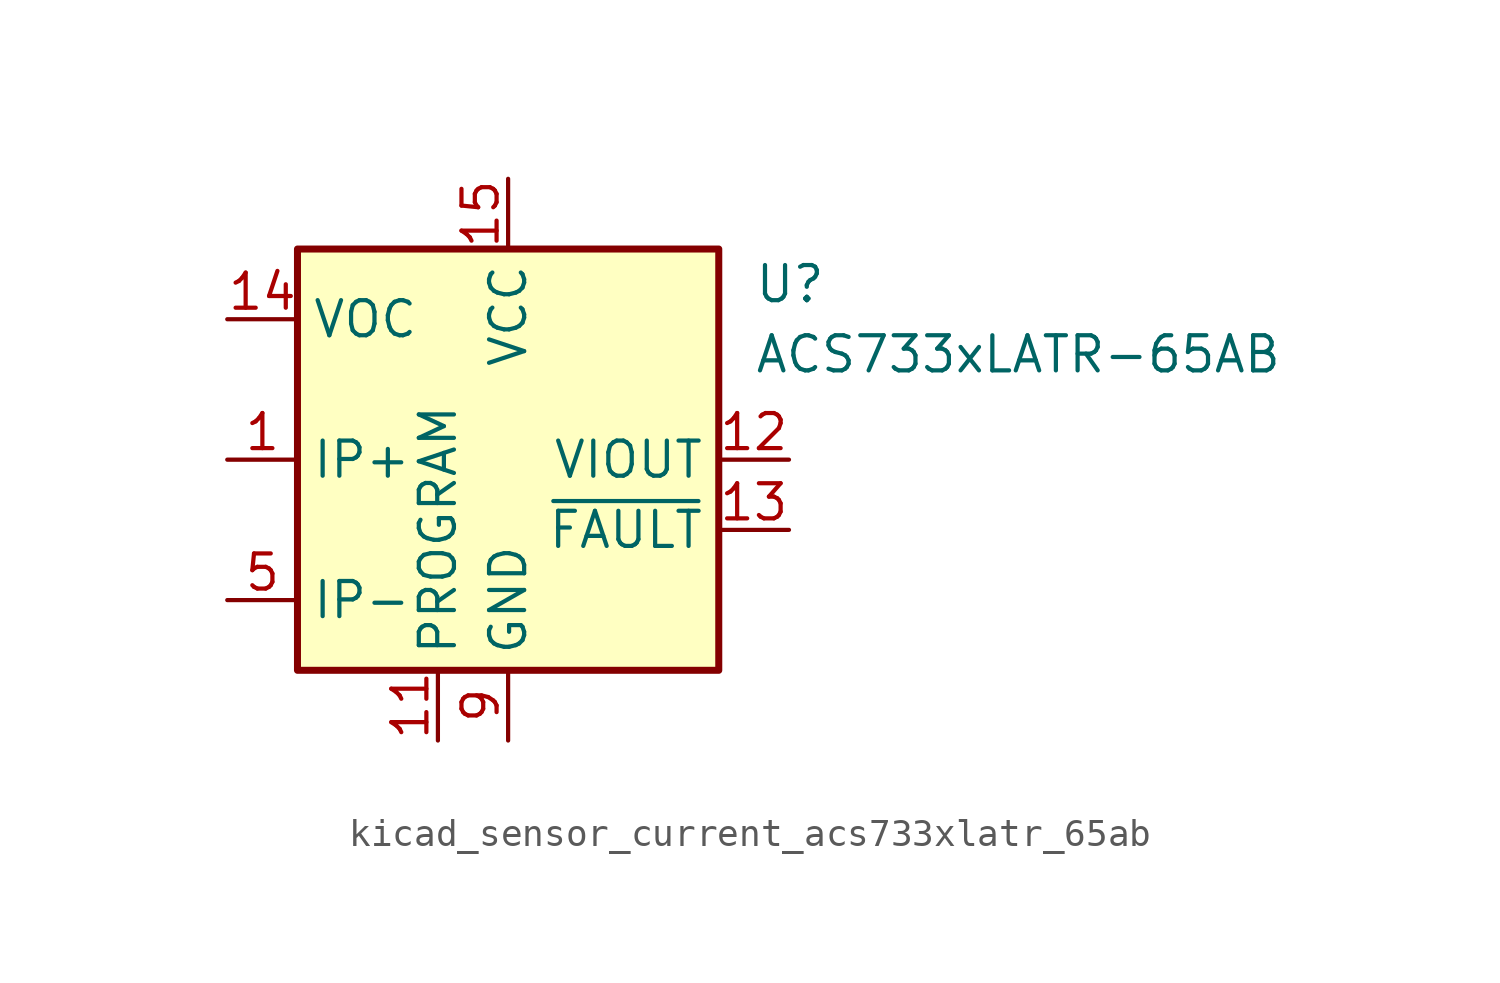
<source format=kicad_sym>
(kicad_symbol_lib
  (version 20220914)
  (generator kicad_symbol_editor)
  (symbol "kicad_sensor_current_acs733xlatr_65ab"
    (property "Reference" "U"
      (at 8.89 6.35 0)
      (effects (font (size 1.27 1.27)) (justify left)))
    (property "Value" "ACS733xLATR-65AB"
      (at 8.89 3.81 0)
      (effects (font (size 1.27 1.27)) (justify left)))
    (symbol "kicad_sensor_current_acs733xlatr_65ab_0_1"
      (rectangle (start -7.62 7.62) (end 7.62 -7.62) (stroke (width 0.254) (type default)) (fill (type background))))
    (symbol "kicad_sensor_current_acs733xlatr_65ab_1_1"
      (pin passive line (at -10.16 0 0) (length 2.54) (name "IP+" (effects (font (size 1.27 1.27)))) (number "1" (effects (font (size 1.27 1.27)))))
      (pin passive line (at 0 -10.16 90) (length 2.54) hide (name "GND" (effects (font (size 1.27 1.27)))) (number "10" (effects (font (size 1.27 1.27)))))
      (pin passive line (at -2.54 -10.16 90) (length 2.54) (name "PROGRAM" (effects (font (size 1.27 1.27)))) (number "11" (effects (font (size 1.27 1.27)))))
      (pin output line (at 10.16 0 180) (length 2.54) (name "VIOUT" (effects (font (size 1.27 1.27)))) (number "12" (effects (font (size 1.27 1.27)))))
      (pin output line (at 10.16 -2.54 180) (length 2.54) (name "~{FAULT}" (effects (font (size 1.27 1.27)))) (number "13" (effects (font (size 1.27 1.27)))))
      (pin input line (at -10.16 5.08 0) (length 2.54) (name "VOC" (effects (font (size 1.27 1.27)))) (number "14" (effects (font (size 1.27 1.27)))))
      (pin power_in line (at 0 10.16 270) (length 2.54) (name "VCC" (effects (font (size 1.27 1.27)))) (number "15" (effects (font (size 1.27 1.27)))))
      (pin passive line (at 0 10.16 270) (length 2.54) hide (name "VCC" (effects (font (size 1.27 1.27)))) (number "16" (effects (font (size 1.27 1.27)))))
      (pin passive line (at -10.16 0 0) (length 2.54) hide (name "IP+" (effects (font (size 1.27 1.27)))) (number "2" (effects (font (size 1.27 1.27)))))
      (pin passive line (at -10.16 0 0) (length 2.54) hide (name "IP+" (effects (font (size 1.27 1.27)))) (number "3" (effects (font (size 1.27 1.27)))))
      (pin passive line (at -10.16 0 0) (length 2.54) hide (name "IP+" (effects (font (size 1.27 1.27)))) (number "4" (effects (font (size 1.27 1.27)))))
      (pin passive line (at -10.16 -5.08 0) (length 2.54) (name "IP-" (effects (font (size 1.27 1.27)))) (number "5" (effects (font (size 1.27 1.27)))))
      (pin passive line (at -10.16 -5.08 0) (length 2.54) hide (name "IP-" (effects (font (size 1.27 1.27)))) (number "6" (effects (font (size 1.27 1.27)))))
      (pin passive line (at -10.16 -5.08 0) (length 2.54) hide (name "IP-" (effects (font (size 1.27 1.27)))) (number "7" (effects (font (size 1.27 1.27)))))
      (pin passive line (at -10.16 -5.08 0) (length 2.54) hide (name "IP-" (effects (font (size 1.27 1.27)))) (number "8" (effects (font (size 1.27 1.27)))))
      (pin power_in line (at 0 -10.16 90) (length 2.54) (name "GND" (effects (font (size 1.27 1.27)))) (number "9" (effects (font (size 1.27 1.27))))))))
</source>
